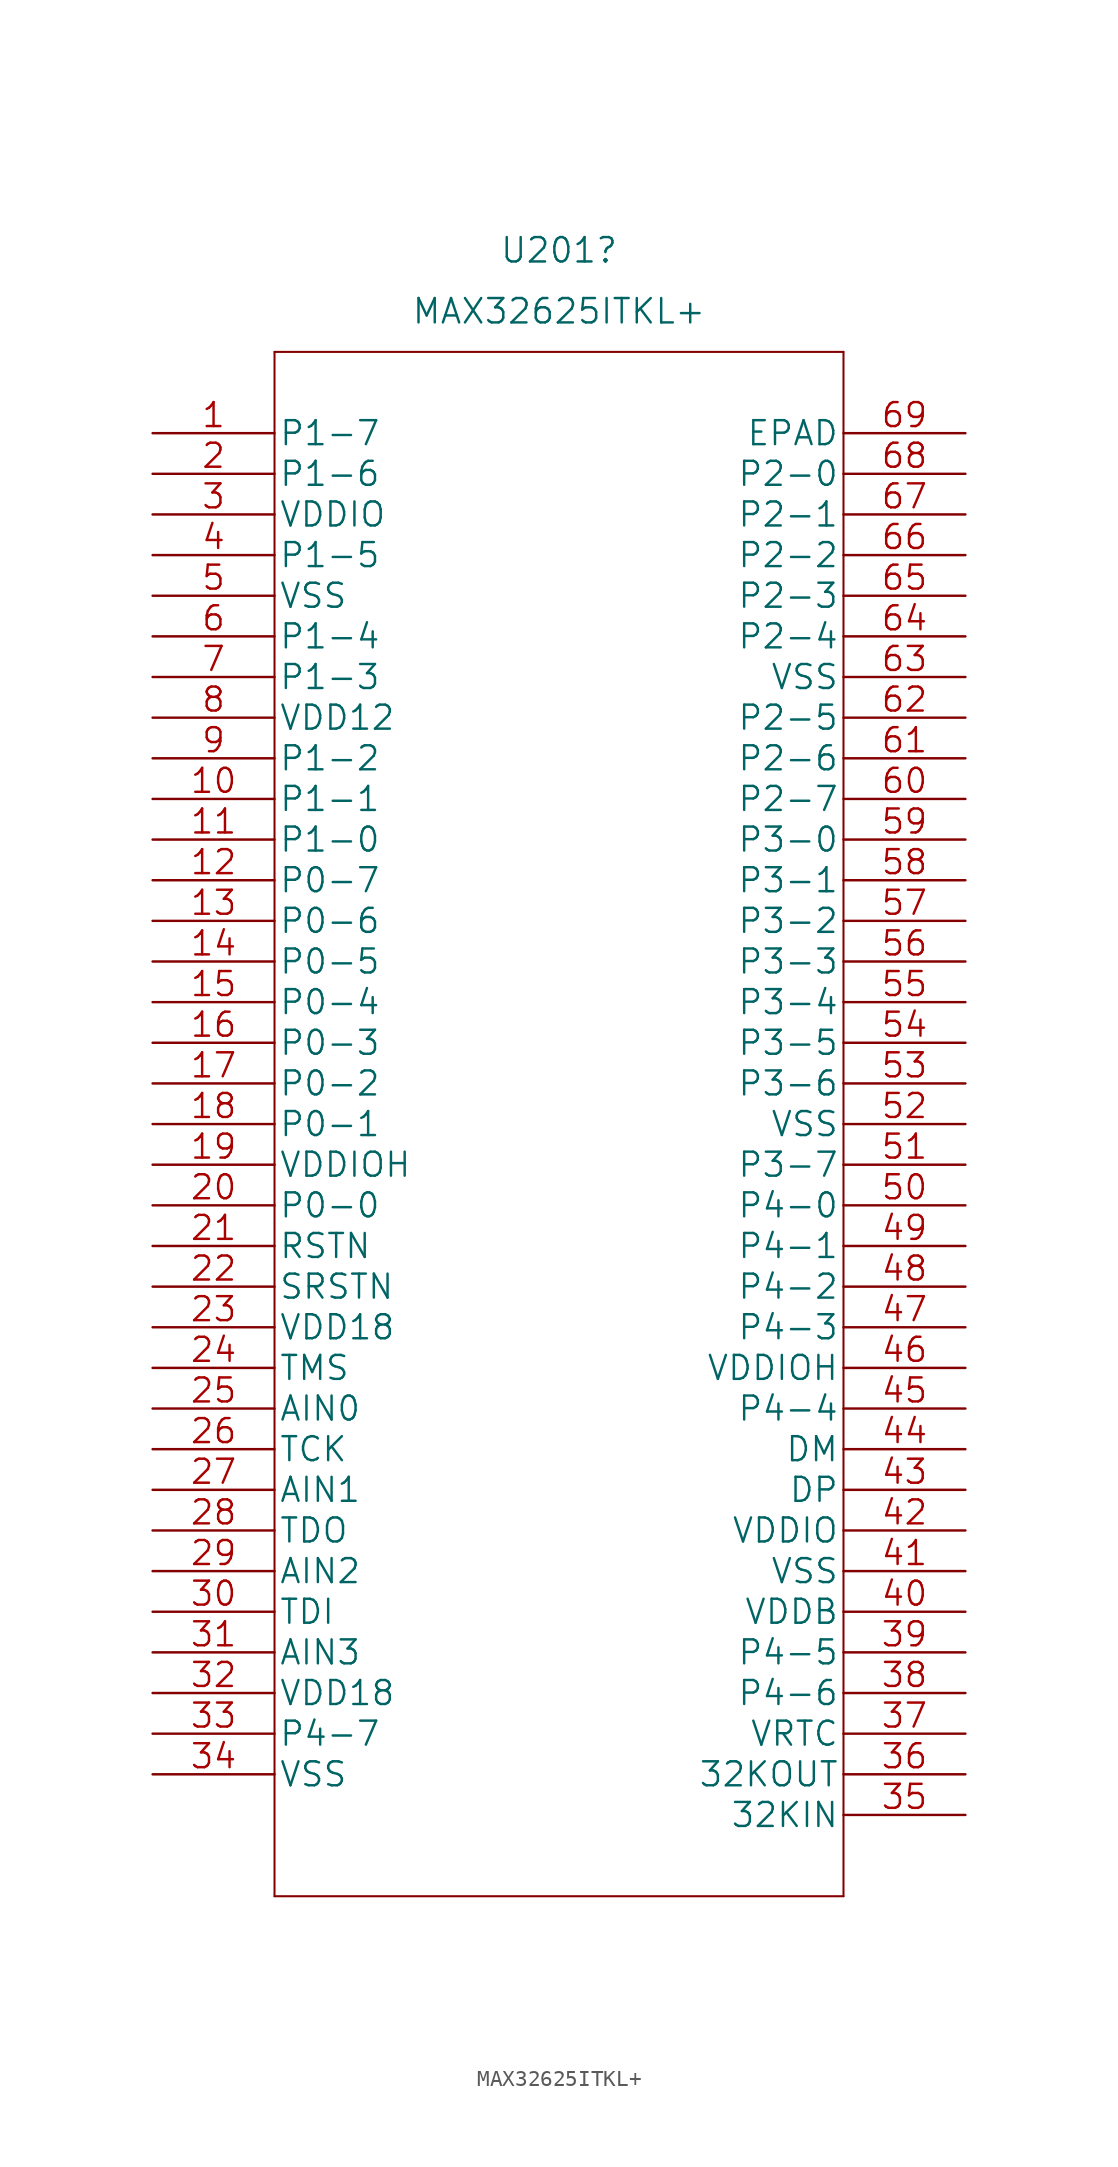
<source format=kicad_sym>
(kicad_symbol_lib
  (version 20211014)
  (generator kicad_symbol_editor)
  (symbol "MAX32625ITKL+"
    (pin_names
      (offset 0.254))
    (property "Reference" "U201"
      (at 25.4 11.43 0)
      (effects (font (size 1.524 1.524))))
    (property "Value" "MAX32625ITKL+"
      (at 25.4 7.62 0)
      (effects (font (size 1.524 1.524))))
    (property "Datasheet" ""
      (at 0 0 0)
      (effects (font (size 1.524 1.524))))
    (property "ki_locked" ""
      (at 0 0 0)
      (effects (font (size 1.27 1.27))))
    (symbol "MAX32625ITKL+_1_1"
      (polyline (pts (xy 7.62 -91.44) (xy 43.18 -91.44)) (stroke (width 0.127) (type default) (color 0 0 0 0)) (fill (type none)))
      (polyline (pts (xy 7.62 5.08) (xy 7.62 -91.44)) (stroke (width 0.127) (type default) (color 0 0 0 0)) (fill (type none)))
      (polyline (pts (xy 43.18 -91.44) (xy 43.18 5.08)) (stroke (width 0.127) (type default) (color 0 0 0 0)) (fill (type none)))
      (polyline (pts (xy 43.18 5.08) (xy 7.62 5.08)) (stroke (width 0.127) (type default) (color 0 0 0 0)) (fill (type none)))
      (pin bidirectional line (at 0 0 0) (length 7.62) (name "P1-7" (effects (font (size 1.499 1.499)))) (number "1" (effects (font (size 1.499 1.499)))))
      (pin bidirectional line (at 0 -22.86 0) (length 7.62) (name "P1-1" (effects (font (size 1.499 1.499)))) (number "10" (effects (font (size 1.499 1.499)))))
      (pin bidirectional line (at 0 -25.4 0) (length 7.62) (name "P1-0" (effects (font (size 1.499 1.499)))) (number "11" (effects (font (size 1.499 1.499)))))
      (pin bidirectional line (at 0 -27.94 0) (length 7.62) (name "P0-7" (effects (font (size 1.499 1.499)))) (number "12" (effects (font (size 1.499 1.499)))))
      (pin bidirectional line (at 0 -30.48 0) (length 7.62) (name "P0-6" (effects (font (size 1.499 1.499)))) (number "13" (effects (font (size 1.499 1.499)))))
      (pin bidirectional line (at 0 -33.02 0) (length 7.62) (name "P0-5" (effects (font (size 1.499 1.499)))) (number "14" (effects (font (size 1.499 1.499)))))
      (pin bidirectional line (at 0 -35.56 0) (length 7.62) (name "P0-4" (effects (font (size 1.499 1.499)))) (number "15" (effects (font (size 1.499 1.499)))))
      (pin bidirectional line (at 0 -38.1 0) (length 7.62) (name "P0-3" (effects (font (size 1.499 1.499)))) (number "16" (effects (font (size 1.499 1.499)))))
      (pin bidirectional line (at 0 -40.64 0) (length 7.62) (name "P0-2" (effects (font (size 1.499 1.499)))) (number "17" (effects (font (size 1.499 1.499)))))
      (pin bidirectional line (at 0 -43.18 0) (length 7.62) (name "P0-1" (effects (font (size 1.499 1.499)))) (number "18" (effects (font (size 1.499 1.499)))))
      (pin power_in line (at 0 -45.72 0) (length 7.62) (name "VDDIOH" (effects (font (size 1.499 1.499)))) (number "19" (effects (font (size 1.499 1.499)))))
      (pin bidirectional line (at 0 -2.54 0) (length 7.62) (name "P1-6" (effects (font (size 1.499 1.499)))) (number "2" (effects (font (size 1.499 1.499)))))
      (pin bidirectional line (at 0 -48.26 0) (length 7.62) (name "P0-0" (effects (font (size 1.499 1.499)))) (number "20" (effects (font (size 1.499 1.499)))))
      (pin input line (at 0 -50.8 0) (length 7.62) (name "RSTN" (effects (font (size 1.499 1.499)))) (number "21" (effects (font (size 1.499 1.499)))))
      (pin input line (at 0 -53.34 0) (length 7.62) (name "SRSTN" (effects (font (size 1.499 1.499)))) (number "22" (effects (font (size 1.499 1.499)))))
      (pin power_in line (at 0 -55.88 0) (length 7.62) (name "VDD18" (effects (font (size 1.499 1.499)))) (number "23" (effects (font (size 1.499 1.499)))))
      (pin input line (at 0 -58.42 0) (length 7.62) (name "TMS" (effects (font (size 1.499 1.499)))) (number "24" (effects (font (size 1.499 1.499)))))
      (pin bidirectional line (at 0 -60.96 0) (length 7.62) (name "AIN0" (effects (font (size 1.499 1.499)))) (number "25" (effects (font (size 1.499 1.499)))))
      (pin input line (at 0 -63.5 0) (length 7.62) (name "TCK" (effects (font (size 1.499 1.499)))) (number "26" (effects (font (size 1.499 1.499)))))
      (pin input line (at 0 -66.04 0) (length 7.62) (name "AIN1" (effects (font (size 1.499 1.499)))) (number "27" (effects (font (size 1.499 1.499)))))
      (pin input line (at 0 -68.58 0) (length 7.62) (name "TDO" (effects (font (size 1.499 1.499)))) (number "28" (effects (font (size 1.499 1.499)))))
      (pin input line (at 0 -71.12 0) (length 7.62) (name "AIN2" (effects (font (size 1.499 1.499)))) (number "29" (effects (font (size 1.499 1.499)))))
      (pin power_in line (at 0 -5.08 0) (length 7.62) (name "VDDIO" (effects (font (size 1.499 1.499)))) (number "3" (effects (font (size 1.499 1.499)))))
      (pin input line (at 0 -73.66 0) (length 7.62) (name "TDI" (effects (font (size 1.499 1.499)))) (number "30" (effects (font (size 1.499 1.499)))))
      (pin input line (at 0 -76.2 0) (length 7.62) (name "AIN3" (effects (font (size 1.499 1.499)))) (number "31" (effects (font (size 1.499 1.499)))))
      (pin power_in line (at 0 -78.74 0) (length 7.62) (name "VDD18" (effects (font (size 1.499 1.499)))) (number "32" (effects (font (size 1.499 1.499)))))
      (pin bidirectional line (at 0 -81.28 0) (length 7.62) (name "P4-7" (effects (font (size 1.499 1.499)))) (number "33" (effects (font (size 1.499 1.499)))))
      (pin power_in line (at 0 -83.82 0) (length 7.62) (name "VSS" (effects (font (size 1.499 1.499)))) (number "34" (effects (font (size 1.499 1.499)))))
      (pin bidirectional line (at 50.8 -86.36 180) (length 7.62) (name "32KIN" (effects (font (size 1.499 1.499)))) (number "35" (effects (font (size 1.499 1.499)))))
      (pin output line (at 50.8 -83.82 180) (length 7.62) (name "32KOUT" (effects (font (size 1.499 1.499)))) (number "36" (effects (font (size 1.499 1.499)))))
      (pin power_in line (at 50.8 -81.28 180) (length 7.62) (name "VRTC" (effects (font (size 1.499 1.499)))) (number "37" (effects (font (size 1.499 1.499)))))
      (pin bidirectional line (at 50.8 -78.74 180) (length 7.62) (name "P4-6" (effects (font (size 1.499 1.499)))) (number "38" (effects (font (size 1.499 1.499)))))
      (pin bidirectional line (at 50.8 -76.2 180) (length 7.62) (name "P4-5" (effects (font (size 1.499 1.499)))) (number "39" (effects (font (size 1.499 1.499)))))
      (pin bidirectional line (at 0 -7.62 0) (length 7.62) (name "P1-5" (effects (font (size 1.499 1.499)))) (number "4" (effects (font (size 1.499 1.499)))))
      (pin power_in line (at 50.8 -73.66 180) (length 7.62) (name "VDDB" (effects (font (size 1.499 1.499)))) (number "40" (effects (font (size 1.499 1.499)))))
      (pin power_in line (at 50.8 -71.12 180) (length 7.62) (name "VSS" (effects (font (size 1.499 1.499)))) (number "41" (effects (font (size 1.499 1.499)))))
      (pin power_in line (at 50.8 -68.58 180) (length 7.62) (name "VDDIO" (effects (font (size 1.499 1.499)))) (number "42" (effects (font (size 1.499 1.499)))))
      (pin input line (at 50.8 -66.04 180) (length 7.62) (name "DP" (effects (font (size 1.499 1.499)))) (number "43" (effects (font (size 1.499 1.499)))))
      (pin input line (at 50.8 -63.5 180) (length 7.62) (name "DM" (effects (font (size 1.499 1.499)))) (number "44" (effects (font (size 1.499 1.499)))))
      (pin bidirectional line (at 50.8 -60.96 180) (length 7.62) (name "P4-4" (effects (font (size 1.499 1.499)))) (number "45" (effects (font (size 1.499 1.499)))))
      (pin power_in line (at 50.8 -58.42 180) (length 7.62) (name "VDDIOH" (effects (font (size 1.499 1.499)))) (number "46" (effects (font (size 1.499 1.499)))))
      (pin bidirectional line (at 50.8 -55.88 180) (length 7.62) (name "P4-3" (effects (font (size 1.499 1.499)))) (number "47" (effects (font (size 1.499 1.499)))))
      (pin bidirectional line (at 50.8 -53.34 180) (length 7.62) (name "P4-2" (effects (font (size 1.499 1.499)))) (number "48" (effects (font (size 1.499 1.499)))))
      (pin bidirectional line (at 50.8 -50.8 180) (length 7.62) (name "P4-1" (effects (font (size 1.499 1.499)))) (number "49" (effects (font (size 1.499 1.499)))))
      (pin power_in line (at 0 -10.16 0) (length 7.62) (name "VSS" (effects (font (size 1.499 1.499)))) (number "5" (effects (font (size 1.499 1.499)))))
      (pin bidirectional line (at 50.8 -48.26 180) (length 7.62) (name "P4-0" (effects (font (size 1.499 1.499)))) (number "50" (effects (font (size 1.499 1.499)))))
      (pin bidirectional line (at 50.8 -45.72 180) (length 7.62) (name "P3-7" (effects (font (size 1.499 1.499)))) (number "51" (effects (font (size 1.499 1.499)))))
      (pin power_in line (at 50.8 -43.18 180) (length 7.62) (name "VSS" (effects (font (size 1.499 1.499)))) (number "52" (effects (font (size 1.499 1.499)))))
      (pin bidirectional line (at 50.8 -40.64 180) (length 7.62) (name "P3-6" (effects (font (size 1.499 1.499)))) (number "53" (effects (font (size 1.499 1.499)))))
      (pin bidirectional line (at 50.8 -38.1 180) (length 7.62) (name "P3-5" (effects (font (size 1.499 1.499)))) (number "54" (effects (font (size 1.499 1.499)))))
      (pin bidirectional line (at 50.8 -35.56 180) (length 7.62) (name "P3-4" (effects (font (size 1.499 1.499)))) (number "55" (effects (font (size 1.499 1.499)))))
      (pin bidirectional line (at 50.8 -33.02 180) (length 7.62) (name "P3-3" (effects (font (size 1.499 1.499)))) (number "56" (effects (font (size 1.499 1.499)))))
      (pin bidirectional line (at 50.8 -30.48 180) (length 7.62) (name "P3-2" (effects (font (size 1.499 1.499)))) (number "57" (effects (font (size 1.499 1.499)))))
      (pin bidirectional line (at 50.8 -27.94 180) (length 7.62) (name "P3-1" (effects (font (size 1.499 1.499)))) (number "58" (effects (font (size 1.499 1.499)))))
      (pin bidirectional line (at 50.8 -25.4 180) (length 7.62) (name "P3-0" (effects (font (size 1.499 1.499)))) (number "59" (effects (font (size 1.499 1.499)))))
      (pin bidirectional line (at 0 -12.7 0) (length 7.62) (name "P1-4" (effects (font (size 1.499 1.499)))) (number "6" (effects (font (size 1.499 1.499)))))
      (pin bidirectional line (at 50.8 -22.86 180) (length 7.62) (name "P2-7" (effects (font (size 1.499 1.499)))) (number "60" (effects (font (size 1.499 1.499)))))
      (pin bidirectional line (at 50.8 -20.32 180) (length 7.62) (name "P2-6" (effects (font (size 1.499 1.499)))) (number "61" (effects (font (size 1.499 1.499)))))
      (pin bidirectional line (at 50.8 -17.78 180) (length 7.62) (name "P2-5" (effects (font (size 1.499 1.499)))) (number "62" (effects (font (size 1.499 1.499)))))
      (pin power_in line (at 50.8 -15.24 180) (length 7.62) (name "VSS" (effects (font (size 1.499 1.499)))) (number "63" (effects (font (size 1.499 1.499)))))
      (pin bidirectional line (at 50.8 -12.7 180) (length 7.62) (name "P2-4" (effects (font (size 1.499 1.499)))) (number "64" (effects (font (size 1.499 1.499)))))
      (pin bidirectional line (at 50.8 -10.16 180) (length 7.62) (name "P2-3" (effects (font (size 1.499 1.499)))) (number "65" (effects (font (size 1.499 1.499)))))
      (pin bidirectional line (at 50.8 -7.62 180) (length 7.62) (name "P2-2" (effects (font (size 1.499 1.499)))) (number "66" (effects (font (size 1.499 1.499)))))
      (pin bidirectional line (at 50.8 -5.08 180) (length 7.62) (name "P2-1" (effects (font (size 1.499 1.499)))) (number "67" (effects (font (size 1.499 1.499)))))
      (pin bidirectional line (at 50.8 -2.54 180) (length 7.62) (name "P2-0" (effects (font (size 1.499 1.499)))) (number "68" (effects (font (size 1.499 1.499)))))
      (pin power_in line (at 50.8 0 180) (length 7.62) (name "EPAD" (effects (font (size 1.499 1.499)))) (number "69" (effects (font (size 1.499 1.499)))))
      (pin bidirectional line (at 0 -15.24 0) (length 7.62) (name "P1-3" (effects (font (size 1.499 1.499)))) (number "7" (effects (font (size 1.499 1.499)))))
      (pin power_in line (at 0 -17.78 0) (length 7.62) (name "VDD12" (effects (font (size 1.499 1.499)))) (number "8" (effects (font (size 1.499 1.499)))))
      (pin bidirectional line (at 0 -20.32 0) (length 7.62) (name "P1-2" (effects (font (size 1.499 1.499)))) (number "9" (effects (font (size 1.499 1.499))))))))
</source>
